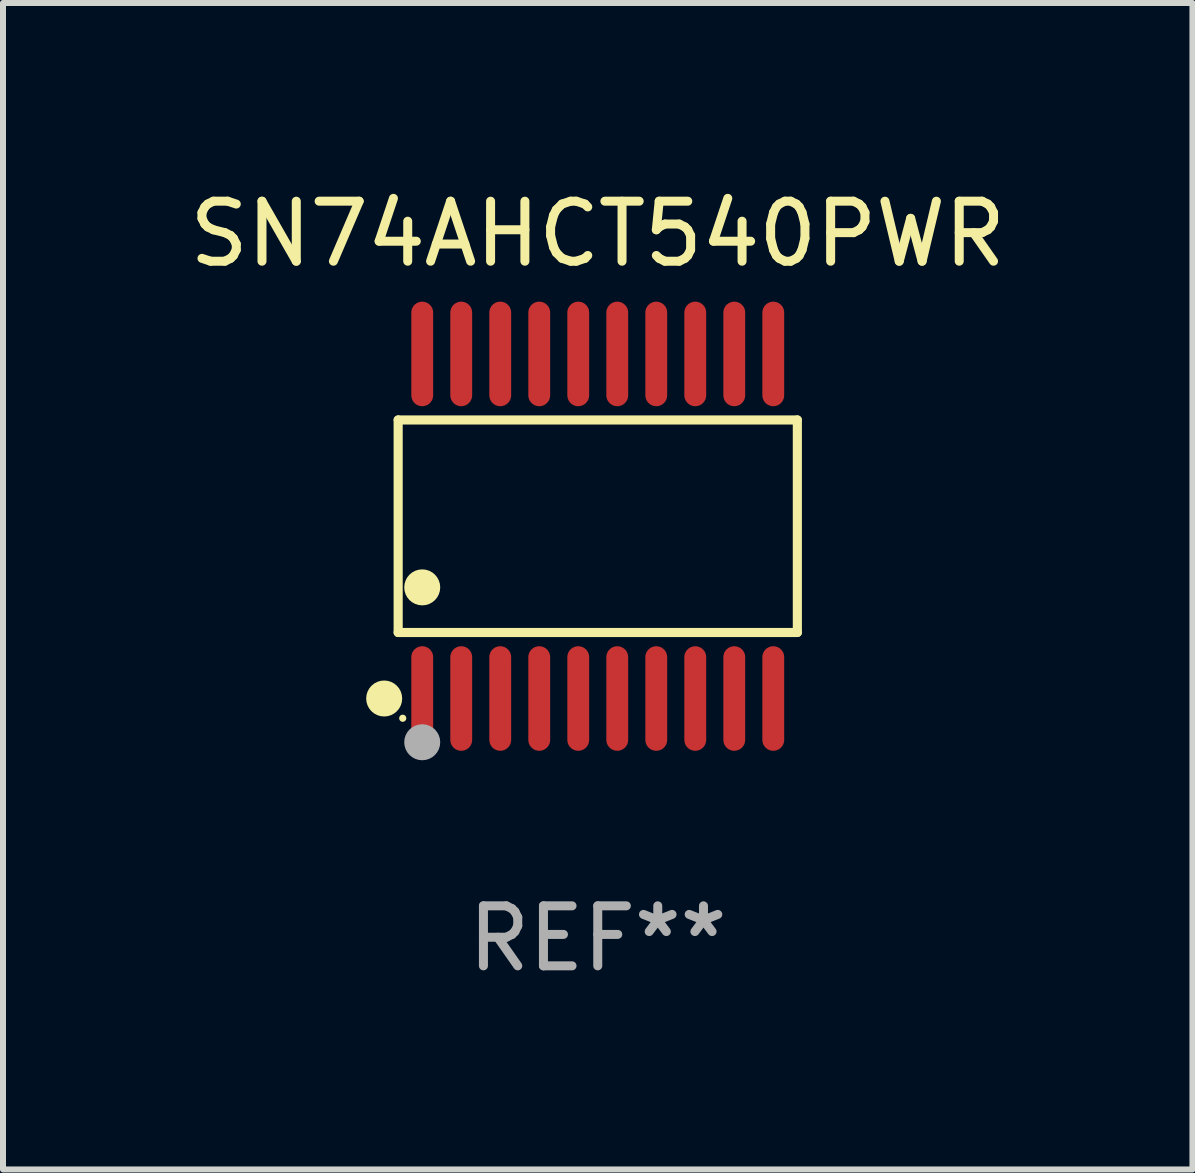
<source format=kicad_pcb>
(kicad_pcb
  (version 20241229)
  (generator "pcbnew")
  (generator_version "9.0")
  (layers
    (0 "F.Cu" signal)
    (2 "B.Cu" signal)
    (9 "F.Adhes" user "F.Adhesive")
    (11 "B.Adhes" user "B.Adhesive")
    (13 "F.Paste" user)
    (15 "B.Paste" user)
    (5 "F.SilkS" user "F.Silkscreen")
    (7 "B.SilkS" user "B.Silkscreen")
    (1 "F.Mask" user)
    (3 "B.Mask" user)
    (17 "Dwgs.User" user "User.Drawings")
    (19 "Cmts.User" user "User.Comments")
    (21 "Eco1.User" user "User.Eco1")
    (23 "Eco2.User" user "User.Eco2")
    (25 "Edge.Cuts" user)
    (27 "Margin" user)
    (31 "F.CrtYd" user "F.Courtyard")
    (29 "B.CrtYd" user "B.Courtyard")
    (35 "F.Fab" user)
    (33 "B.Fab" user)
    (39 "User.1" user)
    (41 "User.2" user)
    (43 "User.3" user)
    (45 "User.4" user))
  (footprint "SN74AHCT540PWR"
    (layer "F.Cu")
    (at 6.911 5.719)
    (property "Reference" "SN74AHCT540PWR" (at 0 -4.871 0) (layer "F.SilkS") (effects (font (size 1 1) (thickness 0.15))))
    (attr through_hole)
    (fp_line (start -3.326 -1.771) (end 3.326 -1.771) (stroke (width 0.152) (type solid)) (layer "F.SilkS"))
    (fp_line (start -3.326 1.771) (end -3.326 -1.771) (stroke (width 0.152) (type solid)) (layer "F.SilkS"))
    (fp_line (start 3.326 -1.771) (end 3.326 1.771) (stroke (width 0.152) (type solid)) (layer "F.SilkS"))
    (fp_line (start 3.326 1.771) (end -3.326 1.771) (stroke (width 0.152) (type solid)) (layer "F.SilkS"))
    (fp_circle (center -3.559 2.871) (end -3.409 2.871) (stroke (width 0.3) (type solid)) (fill no) (layer "F.SilkS"))
    (fp_circle (center -3.25 3.2) (end -3.22 3.2) (stroke (width 0.06) (type solid)) (fill no) (layer "F.SilkS"))
    (fp_circle (center -2.925 1.019) (end -2.775 1.019) (stroke (width 0.3) (type solid)) (fill no) (layer "F.SilkS"))
    (fp_circle (center -2.925 3.6) (end -2.775 3.6) (stroke (width 0.3) (type solid)) (fill no) (layer "F.Fab"))
    (fp_text user "REF**" (at 0 6.871 0) (layer "F.Fab") (effects (font (size 1 1) (thickness 0.15))))
    (pad "1" smd oval (at -2.925 2.871) (size 0.364 1.742) (layers "F.Cu" "F.Mask" "F.Paste"))
    (pad "2" smd oval (at -2.275 2.871) (size 0.364 1.742) (layers "F.Cu" "F.Mask" "F.Paste"))
    (pad "3" smd oval (at -1.625 2.871) (size 0.364 1.742) (layers "F.Cu" "F.Mask" "F.Paste"))
    (pad "4" smd oval (at -0.975 2.871) (size 0.364 1.742) (layers "F.Cu" "F.Mask" "F.Paste"))
    (pad "5" smd oval (at -0.325 2.871) (size 0.364 1.742) (layers "F.Cu" "F.Mask" "F.Paste"))
    (pad "6" smd oval (at 0.325 2.871) (size 0.364 1.742) (layers "F.Cu" "F.Mask" "F.Paste"))
    (pad "7" smd oval (at 0.975 2.871) (size 0.364 1.742) (layers "F.Cu" "F.Mask" "F.Paste"))
    (pad "8" smd oval (at 1.625 2.871) (size 0.364 1.742) (layers "F.Cu" "F.Mask" "F.Paste"))
    (pad "9" smd oval (at 2.275 2.871) (size 0.364 1.742) (layers "F.Cu" "F.Mask" "F.Paste"))
    (pad "10" smd oval (at 2.925 2.871) (size 0.364 1.742) (layers "F.Cu" "F.Mask" "F.Paste"))
    (pad "11" smd oval (at 2.925 -2.871) (size 0.364 1.742) (layers "F.Cu" "F.Mask" "F.Paste"))
    (pad "12" smd oval (at 2.275 -2.871) (size 0.364 1.742) (layers "F.Cu" "F.Mask" "F.Paste"))
    (pad "13" smd oval (at 1.625 -2.871) (size 0.364 1.742) (layers "F.Cu" "F.Mask" "F.Paste"))
    (pad "14" smd oval (at 0.975 -2.871) (size 0.364 1.742) (layers "F.Cu" "F.Mask" "F.Paste"))
    (pad "15" smd oval (at 0.325 -2.871) (size 0.364 1.742) (layers "F.Cu" "F.Mask" "F.Paste"))
    (pad "16" smd oval (at -0.325 -2.871) (size 0.364 1.742) (layers "F.Cu" "F.Mask" "F.Paste"))
    (pad "17" smd oval (at -0.975 -2.871) (size 0.364 1.742) (layers "F.Cu" "F.Mask" "F.Paste"))
    (pad "18" smd oval (at -1.625 -2.871) (size 0.364 1.742) (layers "F.Cu" "F.Mask" "F.Paste"))
    (pad "19" smd oval (at -2.275 -2.871) (size 0.364 1.742) (layers "F.Cu" "F.Mask" "F.Paste"))
    (pad "20" smd oval (at -2.925 -2.871) (size 0.364 1.742) (layers "F.Cu" "F.Mask" "F.Paste")))
  (gr_rect
    (start -3 -3)
    (end 16.821 16.438)
    (stroke (width 0.1) (type default))
    (fill no)
    (layer "Edge.Cuts")))
</source>
